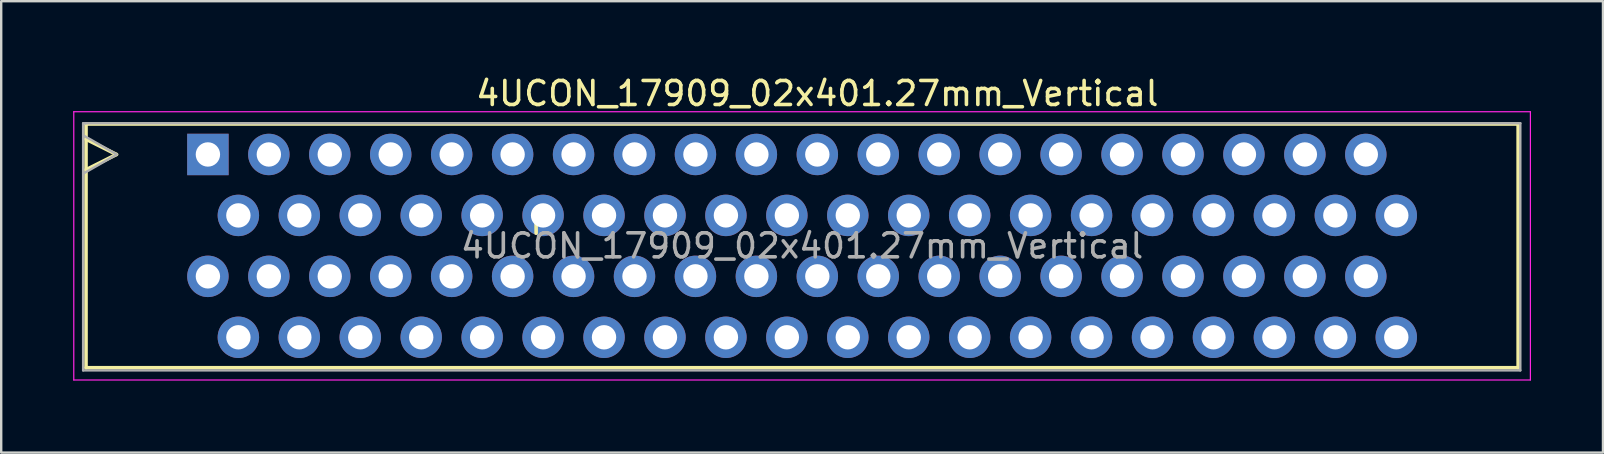
<source format=kicad_pcb>
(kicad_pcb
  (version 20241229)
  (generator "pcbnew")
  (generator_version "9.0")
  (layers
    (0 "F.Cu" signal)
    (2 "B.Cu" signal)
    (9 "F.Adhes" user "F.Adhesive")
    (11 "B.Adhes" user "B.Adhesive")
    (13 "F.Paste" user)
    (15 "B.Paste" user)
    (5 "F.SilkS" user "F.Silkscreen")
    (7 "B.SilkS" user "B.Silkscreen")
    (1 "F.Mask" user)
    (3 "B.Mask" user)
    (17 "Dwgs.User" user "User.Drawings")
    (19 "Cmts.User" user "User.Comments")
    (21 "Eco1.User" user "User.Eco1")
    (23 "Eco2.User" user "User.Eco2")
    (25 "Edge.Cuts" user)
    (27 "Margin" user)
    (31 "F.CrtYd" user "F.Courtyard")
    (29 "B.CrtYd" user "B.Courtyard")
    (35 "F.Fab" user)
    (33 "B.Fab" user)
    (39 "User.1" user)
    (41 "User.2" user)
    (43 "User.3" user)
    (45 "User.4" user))
  (footprint "4UCON_17909_02x401.27mm_Vertical"
    (layer "F.Cu")
    (at 5.615 3.388)
    (property "Reference" "4UCON_17909_02x401.27mm_Vertical" (at 25.4 -2.54 0) (layer "F.SilkS") (effects (font (size 1 1) (thickness 0.15))))
    (attr through_hole)
    (fp_line (start -5.08 -1.27) (end 54.61 -1.27) (stroke (width 0.15) (type solid)) (layer "F.SilkS"))
    (fp_line (start -5.08 -0.635) (end -3.81 0) (stroke (width 0.15) (type solid)) (layer "F.SilkS"))
    (fp_line (start -5.08 8.89) (end -5.08 -1.27) (stroke (width 0.15) (type solid)) (layer "F.SilkS"))
    (fp_line (start -3.81 0) (end -5.08 0.635) (stroke (width 0.15) (type solid)) (layer "F.SilkS"))
    (fp_line (start 13.68 2.73) (end 13.68 3.28) (stroke (width 0.15) (type solid)) (layer "F.SilkS"))
    (fp_line (start 54.61 -1.27) (end 54.61 8.89) (stroke (width 0.15) (type solid)) (layer "F.SilkS"))
    (fp_line (start 54.61 8.89) (end -5.08 8.89) (stroke (width 0.15) (type solid)) (layer "F.SilkS"))
    (fp_line (start -5.59 -1.78) (end -5.59 9.4) (stroke (width 0.05) (type solid)) (layer "F.CrtYd"))
    (fp_line (start -5.59 9.4) (end 55.12 9.4) (stroke (width 0.05) (type solid)) (layer "F.CrtYd"))
    (fp_line (start 55.12 -1.78) (end -5.59 -1.78) (stroke (width 0.05) (type solid)) (layer "F.CrtYd"))
    (fp_line (start 55.12 9.4) (end 55.12 -1.78) (stroke (width 0.05) (type solid)) (layer "F.CrtYd"))
    (fp_line (start -5.2 -1.3) (end -5.1 -1.3) (stroke (width 0.1) (type solid)) (layer "F.Fab"))
    (fp_line (start -5.2 -0.8) (end -3.8 0) (stroke (width 0.1) (type solid)) (layer "F.Fab"))
    (fp_line (start -5.2 9) (end -5.2 -1.3) (stroke (width 0.1) (type solid)) (layer "F.Fab"))
    (fp_line (start -5.1 -1.3) (end 54.7 -1.3) (stroke (width 0.1) (type solid)) (layer "F.Fab"))
    (fp_line (start -3.8 0) (end -5.2 0.8) (stroke (width 0.1) (type solid)) (layer "F.Fab"))
    (fp_line (start 54.7 -1.3) (end 54.7 9) (stroke (width 0.1) (type solid)) (layer "F.Fab"))
    (fp_line (start 54.7 9) (end -5.2 9) (stroke (width 0.1) (type solid)) (layer "F.Fab"))
    (fp_text user "${REFERENCE}" (at 24.765 3.81 0) (layer "F.Fab") (effects (font (size 1 1) (thickness 0.15))))
    (pad "1" thru_hole rect (at 0 0) (size 1.727 1.727) (drill 1.016) (layers "*.Cu" "*.Mask"))
    (pad "2" thru_hole oval (at 0 5.08) (size 1.727 1.727) (drill 1.016) (layers "*.Cu" "*.Mask"))
    (pad "3" thru_hole oval (at 1.27 2.54) (size 1.727 1.727) (drill 1.016) (layers "*.Cu" "*.Mask"))
    (pad "4" thru_hole oval (at 1.27 7.62) (size 1.727 1.727) (drill 1.016) (layers "*.Cu" "*.Mask"))
    (pad "5" thru_hole oval (at 2.54 0) (size 1.727 1.727) (drill 1.016) (layers "*.Cu" "*.Mask"))
    (pad "6" thru_hole oval (at 2.54 5.08) (size 1.727 1.727) (drill 1.016) (layers "*.Cu" "*.Mask"))
    (pad "7" thru_hole oval (at 3.81 2.54) (size 1.727 1.727) (drill 1.016) (layers "*.Cu" "*.Mask"))
    (pad "8" thru_hole oval (at 3.81 7.62) (size 1.727 1.727) (drill 1.016) (layers "*.Cu" "*.Mask"))
    (pad "9" thru_hole oval (at 5.08 0) (size 1.727 1.727) (drill 1.016) (layers "*.Cu" "*.Mask"))
    (pad "10" thru_hole oval (at 5.08 5.08) (size 1.727 1.727) (drill 1.016) (layers "*.Cu" "*.Mask"))
    (pad "11" thru_hole oval (at 6.35 2.54) (size 1.727 1.727) (drill 1.016) (layers "*.Cu" "*.Mask"))
    (pad "12" thru_hole oval (at 6.35 7.62) (size 1.727 1.727) (drill 1.016) (layers "*.Cu" "*.Mask"))
    (pad "13" thru_hole oval (at 7.62 0) (size 1.727 1.727) (drill 1.016) (layers "*.Cu" "*.Mask"))
    (pad "14" thru_hole oval (at 7.62 5.08) (size 1.727 1.727) (drill 1.016) (layers "*.Cu" "*.Mask"))
    (pad "15" thru_hole oval (at 8.89 2.54) (size 1.727 1.727) (drill 1.016) (layers "*.Cu" "*.Mask"))
    (pad "16" thru_hole oval (at 8.89 7.62) (size 1.727 1.727) (drill 1.016) (layers "*.Cu" "*.Mask"))
    (pad "17" thru_hole oval (at 10.16 0) (size 1.727 1.727) (drill 1.016) (layers "*.Cu" "*.Mask"))
    (pad "18" thru_hole oval (at 10.16 5.08) (size 1.727 1.727) (drill 1.016) (layers "*.Cu" "*.Mask"))
    (pad "19" thru_hole oval (at 11.43 2.54) (size 1.727 1.727) (drill 1.016) (layers "*.Cu" "*.Mask"))
    (pad "20" thru_hole oval (at 11.43 7.62) (size 1.727 1.727) (drill 1.016) (layers "*.Cu" "*.Mask"))
    (pad "21" thru_hole oval (at 12.7 0) (size 1.727 1.727) (drill 1.016) (layers "*.Cu" "*.Mask"))
    (pad "22" thru_hole oval (at 12.7 5.08) (size 1.727 1.727) (drill 1.016) (layers "*.Cu" "*.Mask"))
    (pad "23" thru_hole oval (at 13.97 2.54) (size 1.727 1.727) (drill 1.016) (layers "*.Cu" "*.Mask"))
    (pad "24" thru_hole oval (at 13.97 7.62) (size 1.727 1.727) (drill 1.016) (layers "*.Cu" "*.Mask"))
    (pad "25" thru_hole oval (at 15.24 0) (size 1.727 1.727) (drill 1.016) (layers "*.Cu" "*.Mask"))
    (pad "26" thru_hole oval (at 15.24 5.08) (size 1.727 1.727) (drill 1.016) (layers "*.Cu" "*.Mask"))
    (pad "27" thru_hole oval (at 16.51 2.54) (size 1.727 1.727) (drill 1.016) (layers "*.Cu" "*.Mask"))
    (pad "28" thru_hole oval (at 16.51 7.62) (size 1.727 1.727) (drill 1.016) (layers "*.Cu" "*.Mask"))
    (pad "29" thru_hole oval (at 17.78 0) (size 1.727 1.727) (drill 1.016) (layers "*.Cu" "*.Mask"))
    (pad "30" thru_hole oval (at 17.78 5.08) (size 1.727 1.727) (drill 1.016) (layers "*.Cu" "*.Mask"))
    (pad "31" thru_hole oval (at 19.05 2.54) (size 1.727 1.727) (drill 1.016) (layers "*.Cu" "*.Mask"))
    (pad "32" thru_hole oval (at 19.05 7.62) (size 1.727 1.727) (drill 1.016) (layers "*.Cu" "*.Mask"))
    (pad "33" thru_hole oval (at 20.32 0) (size 1.727 1.727) (drill 1.016) (layers "*.Cu" "*.Mask"))
    (pad "34" thru_hole oval (at 20.32 5.08) (size 1.727 1.727) (drill 1.016) (layers "*.Cu" "*.Mask"))
    (pad "35" thru_hole oval (at 21.59 2.54) (size 1.727 1.727) (drill 1.016) (layers "*.Cu" "*.Mask"))
    (pad "36" thru_hole oval (at 21.59 7.62) (size 1.727 1.727) (drill 1.016) (layers "*.Cu" "*.Mask"))
    (pad "37" thru_hole oval (at 22.86 0) (size 1.727 1.727) (drill 1.016) (layers "*.Cu" "*.Mask"))
    (pad "38" thru_hole oval (at 22.86 5.08) (size 1.727 1.727) (drill 1.016) (layers "*.Cu" "*.Mask"))
    (pad "39" thru_hole oval (at 24.13 2.54) (size 1.727 1.727) (drill 1.016) (layers "*.Cu" "*.Mask"))
    (pad "40" thru_hole oval (at 24.13 7.62) (size 1.727 1.727) (drill 1.016) (layers "*.Cu" "*.Mask"))
    (pad "41" thru_hole oval (at 25.4 0) (size 1.727 1.727) (drill 1.016) (layers "*.Cu" "*.Mask"))
    (pad "42" thru_hole oval (at 25.4 5.08) (size 1.727 1.727) (drill 1.016) (layers "*.Cu" "*.Mask"))
    (pad "43" thru_hole oval (at 26.67 2.54) (size 1.727 1.727) (drill 1.016) (layers "*.Cu" "*.Mask"))
    (pad "44" thru_hole oval (at 26.67 7.62) (size 1.727 1.727) (drill 1.016) (layers "*.Cu" "*.Mask"))
    (pad "45" thru_hole oval (at 27.94 0) (size 1.727 1.727) (drill 1.016) (layers "*.Cu" "*.Mask"))
    (pad "46" thru_hole oval (at 27.94 5.08) (size 1.727 1.727) (drill 1.016) (layers "*.Cu" "*.Mask"))
    (pad "47" thru_hole oval (at 29.21 2.54) (size 1.727 1.727) (drill 1.016) (layers "*.Cu" "*.Mask"))
    (pad "48" thru_hole oval (at 29.21 7.62) (size 1.727 1.727) (drill 1.016) (layers "*.Cu" "*.Mask"))
    (pad "49" thru_hole oval (at 30.48 0) (size 1.727 1.727) (drill 1.016) (layers "*.Cu" "*.Mask"))
    (pad "50" thru_hole oval (at 30.48 5.08) (size 1.727 1.727) (drill 1.016) (layers "*.Cu" "*.Mask"))
    (pad "51" thru_hole oval (at 31.75 2.54) (size 1.727 1.727) (drill 1.016) (layers "*.Cu" "*.Mask"))
    (pad "52" thru_hole oval (at 31.75 7.62) (size 1.727 1.727) (drill 1.016) (layers "*.Cu" "*.Mask"))
    (pad "53" thru_hole oval (at 33.02 0) (size 1.727 1.727) (drill 1.016) (layers "*.Cu" "*.Mask"))
    (pad "54" thru_hole oval (at 33.02 5.08) (size 1.727 1.727) (drill 1.016) (layers "*.Cu" "*.Mask"))
    (pad "55" thru_hole oval (at 34.29 2.54) (size 1.727 1.727) (drill 1.016) (layers "*.Cu" "*.Mask"))
    (pad "56" thru_hole oval (at 34.29 7.62) (size 1.727 1.727) (drill 1.016) (layers "*.Cu" "*.Mask"))
    (pad "57" thru_hole oval (at 35.56 0) (size 1.727 1.727) (drill 1.016) (layers "*.Cu" "*.Mask"))
    (pad "58" thru_hole oval (at 35.56 5.08) (size 1.727 1.727) (drill 1.016) (layers "*.Cu" "*.Mask"))
    (pad "59" thru_hole oval (at 36.83 2.54) (size 1.727 1.727) (drill 1.016) (layers "*.Cu" "*.Mask"))
    (pad "60" thru_hole oval (at 36.83 7.62) (size 1.727 1.727) (drill 1.016) (layers "*.Cu" "*.Mask"))
    (pad "61" thru_hole oval (at 38.1 0) (size 1.727 1.727) (drill 1.016) (layers "*.Cu" "*.Mask"))
    (pad "62" thru_hole oval (at 38.1 5.08) (size 1.727 1.727) (drill 1.016) (layers "*.Cu" "*.Mask"))
    (pad "63" thru_hole oval (at 39.37 2.54) (size 1.727 1.727) (drill 1.016) (layers "*.Cu" "*.Mask"))
    (pad "64" thru_hole oval (at 39.37 7.62) (size 1.727 1.727) (drill 1.016) (layers "*.Cu" "*.Mask"))
    (pad "65" thru_hole oval (at 40.64 0) (size 1.727 1.727) (drill 1.016) (layers "*.Cu" "*.Mask"))
    (pad "66" thru_hole oval (at 40.64 5.08) (size 1.727 1.727) (drill 1.016) (layers "*.Cu" "*.Mask"))
    (pad "67" thru_hole oval (at 41.91 2.54) (size 1.727 1.727) (drill 1.016) (layers "*.Cu" "*.Mask"))
    (pad "68" thru_hole oval (at 41.91 7.62) (size 1.727 1.727) (drill 1.016) (layers "*.Cu" "*.Mask"))
    (pad "69" thru_hole oval (at 43.18 0) (size 1.727 1.727) (drill 1.016) (layers "*.Cu" "*.Mask"))
    (pad "70" thru_hole oval (at 43.18 5.08) (size 1.727 1.727) (drill 1.016) (layers "*.Cu" "*.Mask"))
    (pad "71" thru_hole oval (at 44.45 2.54) (size 1.727 1.727) (drill 1.016) (layers "*.Cu" "*.Mask"))
    (pad "72" thru_hole oval (at 44.45 7.62) (size 1.727 1.727) (drill 1.016) (layers "*.Cu" "*.Mask"))
    (pad "73" thru_hole oval (at 45.72 0) (size 1.727 1.727) (drill 1.016) (layers "*.Cu" "*.Mask"))
    (pad "74" thru_hole oval (at 45.72 5.08) (size 1.727 1.727) (drill 1.016) (layers "*.Cu" "*.Mask"))
    (pad "75" thru_hole oval (at 46.99 2.54) (size 1.727 1.727) (drill 1.016) (layers "*.Cu" "*.Mask"))
    (pad "76" thru_hole oval (at 46.99 7.62) (size 1.727 1.727) (drill 1.016) (layers "*.Cu" "*.Mask"))
    (pad "77" thru_hole oval (at 48.26 0) (size 1.727 1.727) (drill 1.016) (layers "*.Cu" "*.Mask"))
    (pad "78" thru_hole oval (at 48.26 5.08) (size 1.727 1.727) (drill 1.016) (layers "*.Cu" "*.Mask"))
    (pad "79" thru_hole oval (at 49.53 2.54) (size 1.727 1.727) (drill 1.016) (layers "*.Cu" "*.Mask"))
    (pad "80" thru_hole oval (at 49.53 7.62) (size 1.727 1.727) (drill 1.016) (layers "*.Cu" "*.Mask")))
  (gr_rect
    (start -3 -3)
    (end 63.76 15.813)
    (stroke (width 0.1) (type default))
    (fill no)
    (layer "Edge.Cuts")))
</source>
